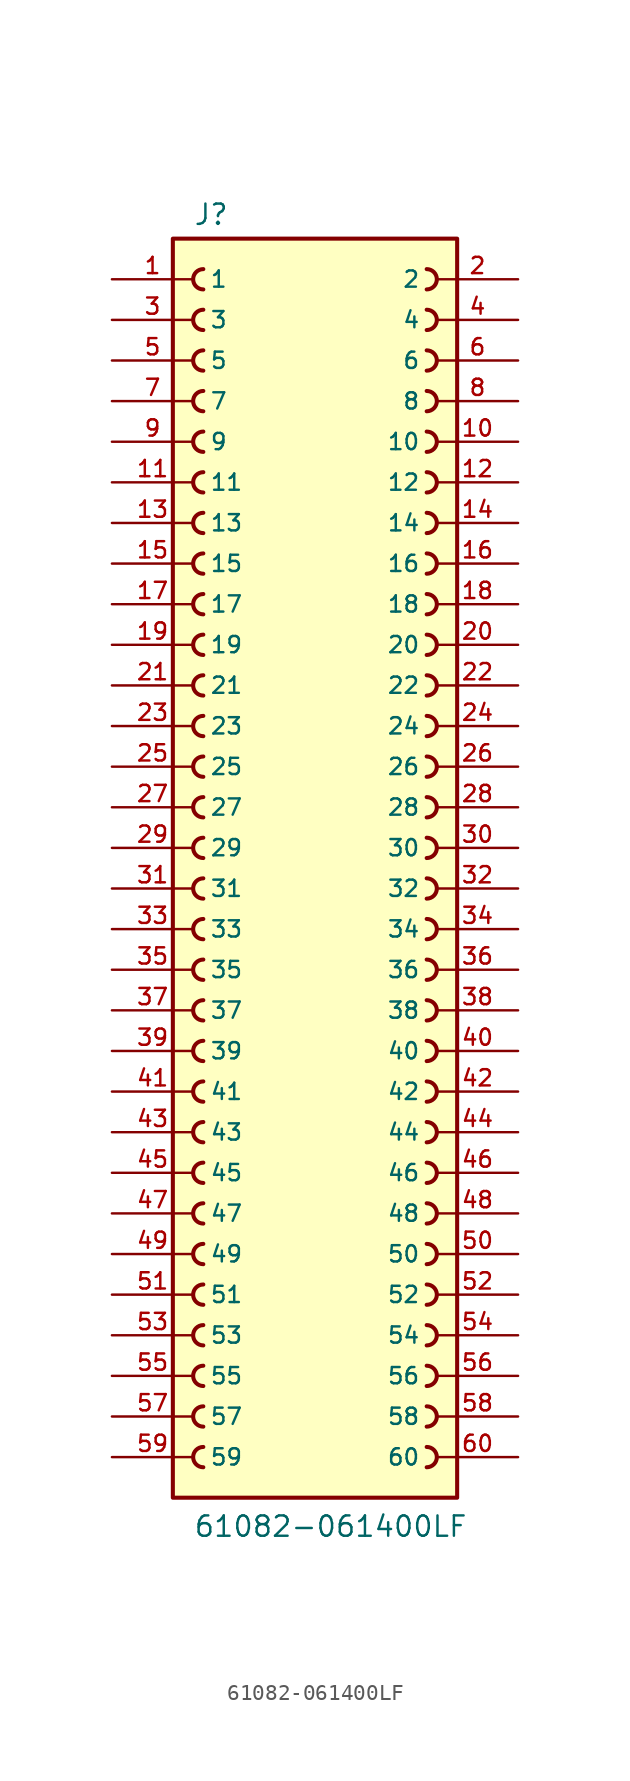
<source format=kicad_sym>
(kicad_symbol_lib
  (version 20241209)
  (generator "kicad_symbol_editor")
  (generator_version "9.0")
  (symbol "61082-061400LF"
    (pin_names
      (offset 1.016))
    (property "Reference" "J"
      (at -7.62 41.402 0)
      (effects (font (size 1.27 1.27)) (justify left bottom)))
    (property "Value" "61082-061400LF"
      (at -7.62 -40.64 0)
      (effects (font (size 1.27 1.27)) (justify left bottom)))
    (symbol "61082-061400LF_0_0"
      (rectangle (start -8.89 -38.1) (end 8.89 40.64) (stroke (width 0.254) (type default)) (fill (type background)))
      (arc (start -6.985 37.465) (mid -7.6172 38.1) (end -6.985 38.735) (stroke (width 0.254) (type default)) (fill (type none)))
      (arc (start -6.985 34.925) (mid -7.6172 35.56) (end -6.985 36.195) (stroke (width 0.254) (type default)) (fill (type none)))
      (arc (start -6.985 32.385) (mid -7.6172 33.02) (end -6.985 33.655) (stroke (width 0.254) (type default)) (fill (type none)))
      (arc (start -6.985 29.845) (mid -7.6172 30.48) (end -6.985 31.115) (stroke (width 0.254) (type default)) (fill (type none)))
      (arc (start -6.985 27.305) (mid -7.6172 27.94) (end -6.985 28.575) (stroke (width 0.254) (type default)) (fill (type none)))
      (arc (start -6.985 24.765) (mid -7.6172 25.4) (end -6.985 26.035) (stroke (width 0.254) (type default)) (fill (type none)))
      (arc (start -6.985 22.225) (mid -7.6172 22.86) (end -6.985 23.495) (stroke (width 0.254) (type default)) (fill (type none)))
      (arc (start -6.985 19.685) (mid -7.6172 20.32) (end -6.985 20.955) (stroke (width 0.254) (type default)) (fill (type none)))
      (arc (start -6.985 17.145) (mid -7.6172 17.78) (end -6.985 18.415) (stroke (width 0.254) (type default)) (fill (type none)))
      (arc (start -6.985 14.605) (mid -7.6172 15.24) (end -6.985 15.875) (stroke (width 0.254) (type default)) (fill (type none)))
      (arc (start -6.985 12.065) (mid -7.6172 12.7) (end -6.985 13.335) (stroke (width 0.254) (type default)) (fill (type none)))
      (arc (start -6.985 9.525) (mid -7.6172 10.16) (end -6.985 10.795) (stroke (width 0.254) (type default)) (fill (type none)))
      (arc (start -6.985 6.985) (mid -7.6172 7.62) (end -6.985 8.255) (stroke (width 0.254) (type default)) (fill (type none)))
      (arc (start -6.985 4.445) (mid -7.6172 5.08) (end -6.985 5.715) (stroke (width 0.254) (type default)) (fill (type none)))
      (arc (start -6.985 1.905) (mid -7.6172 2.54) (end -6.985 3.175) (stroke (width 0.254) (type default)) (fill (type none)))
      (arc (start -6.985 -0.635) (mid -7.6172 0) (end -6.985 0.635) (stroke (width 0.254) (type default)) (fill (type none)))
      (arc (start -6.985 -3.175) (mid -7.6172 -2.54) (end -6.985 -1.905) (stroke (width 0.254) (type default)) (fill (type none)))
      (arc (start -6.985 -5.715) (mid -7.6172 -5.08) (end -6.985 -4.445) (stroke (width 0.254) (type default)) (fill (type none)))
      (arc (start -6.985 -8.255) (mid -7.6172 -7.62) (end -6.985 -6.985) (stroke (width 0.254) (type default)) (fill (type none)))
      (arc (start -6.985 -10.795) (mid -7.6172 -10.16) (end -6.985 -9.525) (stroke (width 0.254) (type default)) (fill (type none)))
      (arc (start -6.985 -13.335) (mid -7.6172 -12.7) (end -6.985 -12.065) (stroke (width 0.254) (type default)) (fill (type none)))
      (arc (start -6.985 -15.875) (mid -7.6172 -15.24) (end -6.985 -14.605) (stroke (width 0.254) (type default)) (fill (type none)))
      (arc (start -6.985 -18.415) (mid -7.6172 -17.78) (end -6.985 -17.145) (stroke (width 0.254) (type default)) (fill (type none)))
      (arc (start -6.985 -20.955) (mid -7.6172 -20.32) (end -6.985 -19.685) (stroke (width 0.254) (type default)) (fill (type none)))
      (arc (start -6.985 -23.495) (mid -7.6172 -22.86) (end -6.985 -22.225) (stroke (width 0.254) (type default)) (fill (type none)))
      (arc (start -6.985 -26.035) (mid -7.6172 -25.4) (end -6.985 -24.765) (stroke (width 0.254) (type default)) (fill (type none)))
      (arc (start -6.985 -28.575) (mid -7.6172 -27.94) (end -6.985 -27.305) (stroke (width 0.254) (type default)) (fill (type none)))
      (arc (start -6.985 -31.115) (mid -7.6172 -30.48) (end -6.985 -29.845) (stroke (width 0.254) (type default)) (fill (type none)))
      (arc (start -6.985 -33.655) (mid -7.6172 -33.02) (end -6.985 -32.385) (stroke (width 0.254) (type default)) (fill (type none)))
      (arc (start -6.985 -36.195) (mid -7.6172 -35.56) (end -6.985 -34.925) (stroke (width 0.254) (type default)) (fill (type none)))
      (arc (start 6.985 38.735) (mid 7.6172 38.1) (end 6.985 37.465) (stroke (width 0.254) (type default)) (fill (type none)))
      (arc (start 6.985 36.195) (mid 7.6172 35.56) (end 6.985 34.925) (stroke (width 0.254) (type default)) (fill (type none)))
      (arc (start 6.985 33.655) (mid 7.6172 33.02) (end 6.985 32.385) (stroke (width 0.254) (type default)) (fill (type none)))
      (arc (start 6.985 31.115) (mid 7.6172 30.48) (end 6.985 29.845) (stroke (width 0.254) (type default)) (fill (type none)))
      (arc (start 6.985 28.575) (mid 7.6172 27.94) (end 6.985 27.305) (stroke (width 0.254) (type default)) (fill (type none)))
      (arc (start 6.985 26.035) (mid 7.6172 25.4) (end 6.985 24.765) (stroke (width 0.254) (type default)) (fill (type none)))
      (arc (start 6.985 23.495) (mid 7.6172 22.86) (end 6.985 22.225) (stroke (width 0.254) (type default)) (fill (type none)))
      (arc (start 6.985 20.955) (mid 7.6172 20.32) (end 6.985 19.685) (stroke (width 0.254) (type default)) (fill (type none)))
      (arc (start 6.985 18.415) (mid 7.6172 17.78) (end 6.985 17.145) (stroke (width 0.254) (type default)) (fill (type none)))
      (arc (start 6.985 15.875) (mid 7.6172 15.24) (end 6.985 14.605) (stroke (width 0.254) (type default)) (fill (type none)))
      (arc (start 6.985 13.335) (mid 7.6172 12.7) (end 6.985 12.065) (stroke (width 0.254) (type default)) (fill (type none)))
      (arc (start 6.985 10.795) (mid 7.6172 10.16) (end 6.985 9.525) (stroke (width 0.254) (type default)) (fill (type none)))
      (arc (start 6.985 8.255) (mid 7.6172 7.62) (end 6.985 6.985) (stroke (width 0.254) (type default)) (fill (type none)))
      (arc (start 6.985 5.715) (mid 7.6172 5.08) (end 6.985 4.445) (stroke (width 0.254) (type default)) (fill (type none)))
      (arc (start 6.985 3.175) (mid 7.6172 2.54) (end 6.985 1.905) (stroke (width 0.254) (type default)) (fill (type none)))
      (arc (start 6.985 0.635) (mid 7.6172 0) (end 6.985 -0.635) (stroke (width 0.254) (type default)) (fill (type none)))
      (arc (start 6.985 -1.905) (mid 7.6172 -2.54) (end 6.985 -3.175) (stroke (width 0.254) (type default)) (fill (type none)))
      (arc (start 6.985 -4.445) (mid 7.6172 -5.08) (end 6.985 -5.715) (stroke (width 0.254) (type default)) (fill (type none)))
      (arc (start 6.985 -6.985) (mid 7.6172 -7.62) (end 6.985 -8.255) (stroke (width 0.254) (type default)) (fill (type none)))
      (arc (start 6.985 -9.525) (mid 7.6172 -10.16) (end 6.985 -10.795) (stroke (width 0.254) (type default)) (fill (type none)))
      (arc (start 6.985 -12.065) (mid 7.6172 -12.7) (end 6.985 -13.335) (stroke (width 0.254) (type default)) (fill (type none)))
      (arc (start 6.985 -14.605) (mid 7.6172 -15.24) (end 6.985 -15.875) (stroke (width 0.254) (type default)) (fill (type none)))
      (arc (start 6.985 -17.145) (mid 7.6172 -17.78) (end 6.985 -18.415) (stroke (width 0.254) (type default)) (fill (type none)))
      (arc (start 6.985 -19.685) (mid 7.6172 -20.32) (end 6.985 -20.955) (stroke (width 0.254) (type default)) (fill (type none)))
      (arc (start 6.985 -22.225) (mid 7.6172 -22.86) (end 6.985 -23.495) (stroke (width 0.254) (type default)) (fill (type none)))
      (arc (start 6.985 -24.765) (mid 7.6172 -25.4) (end 6.985 -26.035) (stroke (width 0.254) (type default)) (fill (type none)))
      (arc (start 6.985 -27.305) (mid 7.6172 -27.94) (end 6.985 -28.575) (stroke (width 0.254) (type default)) (fill (type none)))
      (arc (start 6.985 -29.845) (mid 7.6172 -30.48) (end 6.985 -31.115) (stroke (width 0.254) (type default)) (fill (type none)))
      (arc (start 6.985 -32.385) (mid 7.6172 -33.02) (end 6.985 -33.655) (stroke (width 0.254) (type default)) (fill (type none)))
      (arc (start 6.985 -34.925) (mid 7.6172 -35.56) (end 6.985 -36.195) (stroke (width 0.254) (type default)) (fill (type none)))
      (pin passive line (at -12.7 38.1 0) (length 5.08) (name "1" (effects (font (size 1.016 1.016)))) (number "1" (effects (font (size 1.016 1.016)))))
      (pin passive line (at -12.7 35.56 0) (length 5.08) (name "3" (effects (font (size 1.016 1.016)))) (number "3" (effects (font (size 1.016 1.016)))))
      (pin passive line (at -12.7 33.02 0) (length 5.08) (name "5" (effects (font (size 1.016 1.016)))) (number "5" (effects (font (size 1.016 1.016)))))
      (pin passive line (at -12.7 30.48 0) (length 5.08) (name "7" (effects (font (size 1.016 1.016)))) (number "7" (effects (font (size 1.016 1.016)))))
      (pin passive line (at -12.7 27.94 0) (length 5.08) (name "9" (effects (font (size 1.016 1.016)))) (number "9" (effects (font (size 1.016 1.016)))))
      (pin passive line (at -12.7 25.4 0) (length 5.08) (name "11" (effects (font (size 1.016 1.016)))) (number "11" (effects (font (size 1.016 1.016)))))
      (pin passive line (at -12.7 22.86 0) (length 5.08) (name "13" (effects (font (size 1.016 1.016)))) (number "13" (effects (font (size 1.016 1.016)))))
      (pin passive line (at -12.7 20.32 0) (length 5.08) (name "15" (effects (font (size 1.016 1.016)))) (number "15" (effects (font (size 1.016 1.016)))))
      (pin passive line (at -12.7 17.78 0) (length 5.08) (name "17" (effects (font (size 1.016 1.016)))) (number "17" (effects (font (size 1.016 1.016)))))
      (pin passive line (at -12.7 15.24 0) (length 5.08) (name "19" (effects (font (size 1.016 1.016)))) (number "19" (effects (font (size 1.016 1.016)))))
      (pin passive line (at -12.7 12.7 0) (length 5.08) (name "21" (effects (font (size 1.016 1.016)))) (number "21" (effects (font (size 1.016 1.016)))))
      (pin passive line (at -12.7 10.16 0) (length 5.08) (name "23" (effects (font (size 1.016 1.016)))) (number "23" (effects (font (size 1.016 1.016)))))
      (pin passive line (at -12.7 7.62 0) (length 5.08) (name "25" (effects (font (size 1.016 1.016)))) (number "25" (effects (font (size 1.016 1.016)))))
      (pin passive line (at -12.7 5.08 0) (length 5.08) (name "27" (effects (font (size 1.016 1.016)))) (number "27" (effects (font (size 1.016 1.016)))))
      (pin passive line (at -12.7 2.54 0) (length 5.08) (name "29" (effects (font (size 1.016 1.016)))) (number "29" (effects (font (size 1.016 1.016)))))
      (pin passive line (at -12.7 0 0) (length 5.08) (name "31" (effects (font (size 1.016 1.016)))) (number "31" (effects (font (size 1.016 1.016)))))
      (pin passive line (at -12.7 -2.54 0) (length 5.08) (name "33" (effects (font (size 1.016 1.016)))) (number "33" (effects (font (size 1.016 1.016)))))
      (pin passive line (at -12.7 -5.08 0) (length 5.08) (name "35" (effects (font (size 1.016 1.016)))) (number "35" (effects (font (size 1.016 1.016)))))
      (pin passive line (at -12.7 -7.62 0) (length 5.08) (name "37" (effects (font (size 1.016 1.016)))) (number "37" (effects (font (size 1.016 1.016)))))
      (pin passive line (at -12.7 -10.16 0) (length 5.08) (name "39" (effects (font (size 1.016 1.016)))) (number "39" (effects (font (size 1.016 1.016)))))
      (pin passive line (at -12.7 -12.7 0) (length 5.08) (name "41" (effects (font (size 1.016 1.016)))) (number "41" (effects (font (size 1.016 1.016)))))
      (pin passive line (at -12.7 -15.24 0) (length 5.08) (name "43" (effects (font (size 1.016 1.016)))) (number "43" (effects (font (size 1.016 1.016)))))
      (pin passive line (at -12.7 -17.78 0) (length 5.08) (name "45" (effects (font (size 1.016 1.016)))) (number "45" (effects (font (size 1.016 1.016)))))
      (pin passive line (at -12.7 -20.32 0) (length 5.08) (name "47" (effects (font (size 1.016 1.016)))) (number "47" (effects (font (size 1.016 1.016)))))
      (pin passive line (at -12.7 -22.86 0) (length 5.08) (name "49" (effects (font (size 1.016 1.016)))) (number "49" (effects (font (size 1.016 1.016)))))
      (pin passive line (at -12.7 -25.4 0) (length 5.08) (name "51" (effects (font (size 1.016 1.016)))) (number "51" (effects (font (size 1.016 1.016)))))
      (pin passive line (at -12.7 -27.94 0) (length 5.08) (name "53" (effects (font (size 1.016 1.016)))) (number "53" (effects (font (size 1.016 1.016)))))
      (pin passive line (at -12.7 -30.48 0) (length 5.08) (name "55" (effects (font (size 1.016 1.016)))) (number "55" (effects (font (size 1.016 1.016)))))
      (pin passive line (at -12.7 -33.02 0) (length 5.08) (name "57" (effects (font (size 1.016 1.016)))) (number "57" (effects (font (size 1.016 1.016)))))
      (pin passive line (at -12.7 -35.56 0) (length 5.08) (name "59" (effects (font (size 1.016 1.016)))) (number "59" (effects (font (size 1.016 1.016)))))
      (pin passive line (at 12.7 38.1 180) (length 5.08) (name "2" (effects (font (size 1.016 1.016)))) (number "2" (effects (font (size 1.016 1.016)))))
      (pin passive line (at 12.7 35.56 180) (length 5.08) (name "4" (effects (font (size 1.016 1.016)))) (number "4" (effects (font (size 1.016 1.016)))))
      (pin passive line (at 12.7 33.02 180) (length 5.08) (name "6" (effects (font (size 1.016 1.016)))) (number "6" (effects (font (size 1.016 1.016)))))
      (pin passive line (at 12.7 30.48 180) (length 5.08) (name "8" (effects (font (size 1.016 1.016)))) (number "8" (effects (font (size 1.016 1.016)))))
      (pin passive line (at 12.7 27.94 180) (length 5.08) (name "10" (effects (font (size 1.016 1.016)))) (number "10" (effects (font (size 1.016 1.016)))))
      (pin passive line (at 12.7 25.4 180) (length 5.08) (name "12" (effects (font (size 1.016 1.016)))) (number "12" (effects (font (size 1.016 1.016)))))
      (pin passive line (at 12.7 22.86 180) (length 5.08) (name "14" (effects (font (size 1.016 1.016)))) (number "14" (effects (font (size 1.016 1.016)))))
      (pin passive line (at 12.7 20.32 180) (length 5.08) (name "16" (effects (font (size 1.016 1.016)))) (number "16" (effects (font (size 1.016 1.016)))))
      (pin passive line (at 12.7 17.78 180) (length 5.08) (name "18" (effects (font (size 1.016 1.016)))) (number "18" (effects (font (size 1.016 1.016)))))
      (pin passive line (at 12.7 15.24 180) (length 5.08) (name "20" (effects (font (size 1.016 1.016)))) (number "20" (effects (font (size 1.016 1.016)))))
      (pin passive line (at 12.7 12.7 180) (length 5.08) (name "22" (effects (font (size 1.016 1.016)))) (number "22" (effects (font (size 1.016 1.016)))))
      (pin passive line (at 12.7 10.16 180) (length 5.08) (name "24" (effects (font (size 1.016 1.016)))) (number "24" (effects (font (size 1.016 1.016)))))
      (pin passive line (at 12.7 7.62 180) (length 5.08) (name "26" (effects (font (size 1.016 1.016)))) (number "26" (effects (font (size 1.016 1.016)))))
      (pin passive line (at 12.7 5.08 180) (length 5.08) (name "28" (effects (font (size 1.016 1.016)))) (number "28" (effects (font (size 1.016 1.016)))))
      (pin passive line (at 12.7 2.54 180) (length 5.08) (name "30" (effects (font (size 1.016 1.016)))) (number "30" (effects (font (size 1.016 1.016)))))
      (pin passive line (at 12.7 0 180) (length 5.08) (name "32" (effects (font (size 1.016 1.016)))) (number "32" (effects (font (size 1.016 1.016)))))
      (pin passive line (at 12.7 -2.54 180) (length 5.08) (name "34" (effects (font (size 1.016 1.016)))) (number "34" (effects (font (size 1.016 1.016)))))
      (pin passive line (at 12.7 -5.08 180) (length 5.08) (name "36" (effects (font (size 1.016 1.016)))) (number "36" (effects (font (size 1.016 1.016)))))
      (pin passive line (at 12.7 -7.62 180) (length 5.08) (name "38" (effects (font (size 1.016 1.016)))) (number "38" (effects (font (size 1.016 1.016)))))
      (pin passive line (at 12.7 -10.16 180) (length 5.08) (name "40" (effects (font (size 1.016 1.016)))) (number "40" (effects (font (size 1.016 1.016)))))
      (pin passive line (at 12.7 -12.7 180) (length 5.08) (name "42" (effects (font (size 1.016 1.016)))) (number "42" (effects (font (size 1.016 1.016)))))
      (pin passive line (at 12.7 -15.24 180) (length 5.08) (name "44" (effects (font (size 1.016 1.016)))) (number "44" (effects (font (size 1.016 1.016)))))
      (pin passive line (at 12.7 -17.78 180) (length 5.08) (name "46" (effects (font (size 1.016 1.016)))) (number "46" (effects (font (size 1.016 1.016)))))
      (pin passive line (at 12.7 -20.32 180) (length 5.08) (name "48" (effects (font (size 1.016 1.016)))) (number "48" (effects (font (size 1.016 1.016)))))
      (pin passive line (at 12.7 -22.86 180) (length 5.08) (name "50" (effects (font (size 1.016 1.016)))) (number "50" (effects (font (size 1.016 1.016)))))
      (pin passive line (at 12.7 -25.4 180) (length 5.08) (name "52" (effects (font (size 1.016 1.016)))) (number "52" (effects (font (size 1.016 1.016)))))
      (pin passive line (at 12.7 -27.94 180) (length 5.08) (name "54" (effects (font (size 1.016 1.016)))) (number "54" (effects (font (size 1.016 1.016)))))
      (pin passive line (at 12.7 -30.48 180) (length 5.08) (name "56" (effects (font (size 1.016 1.016)))) (number "56" (effects (font (size 1.016 1.016)))))
      (pin passive line (at 12.7 -33.02 180) (length 5.08) (name "58" (effects (font (size 1.016 1.016)))) (number "58" (effects (font (size 1.016 1.016)))))
      (pin passive line (at 12.7 -35.56 180) (length 5.08) (name "60" (effects (font (size 1.016 1.016)))) (number "60" (effects (font (size 1.016 1.016))))))))
</source>
